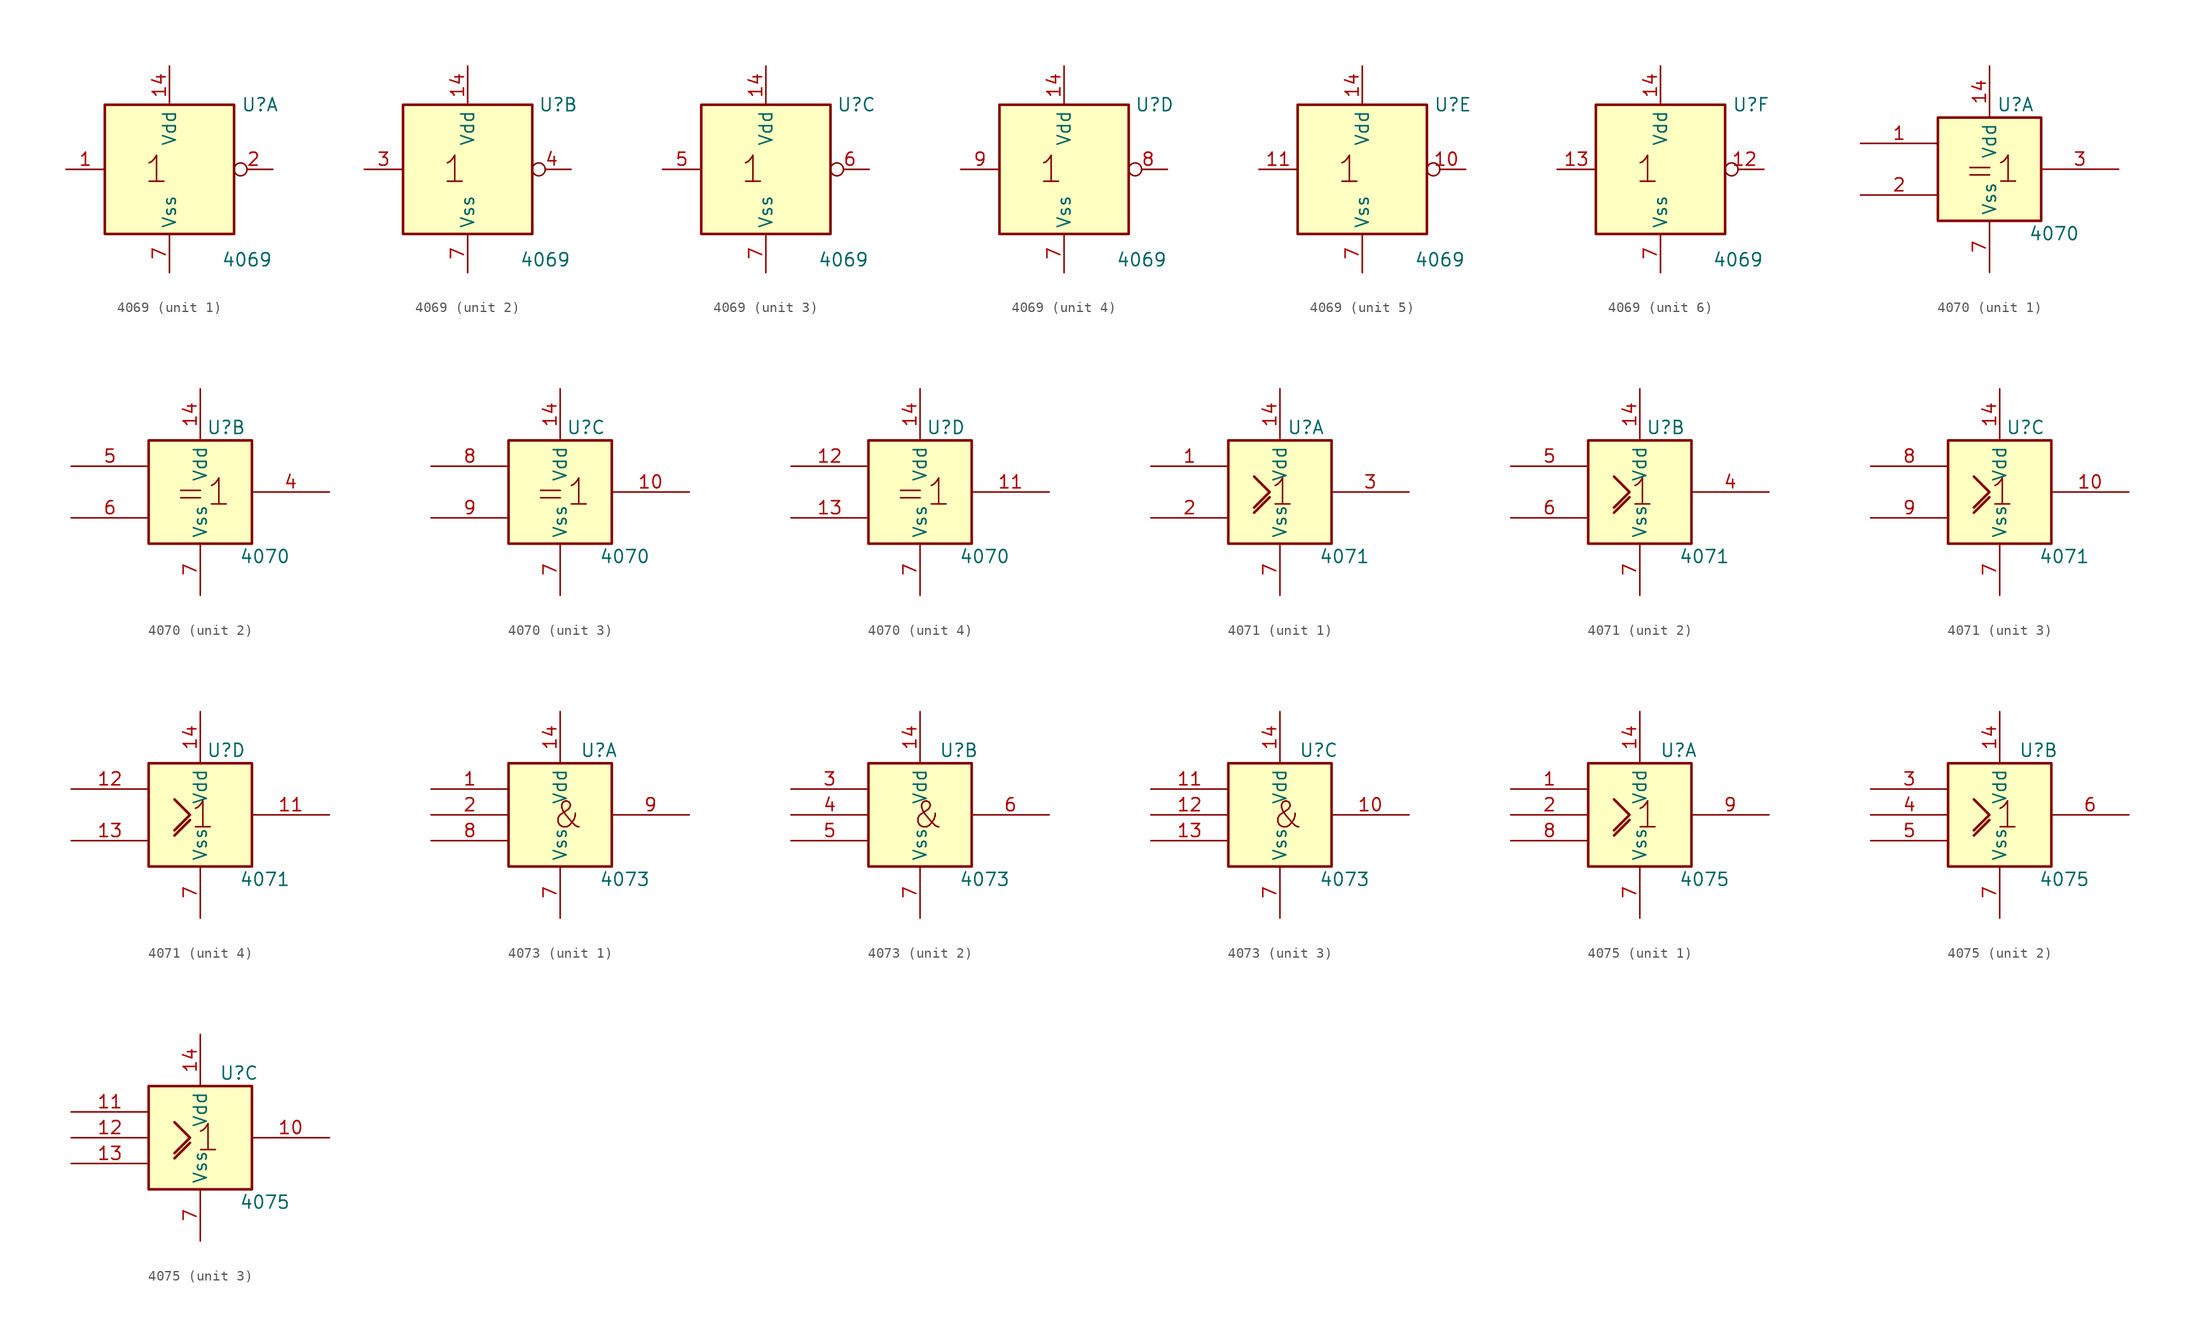
<source format=kicad_sym>
(kicad_symbol_lib
  (version 20241209)
  (generator "kicad_symbol_editor")
  (generator_version "9.0")
  (symbol "4069"
    (property "Reference" "U"
      (at 8.89 6.35 0)
      (effects (font (size 1.27 1.27))))
    (property "Value" "4069"
      (at 7.62 -8.89 0)
      (effects (font (size 1.27 1.27))))
    (symbol "4069_0_0"
      (text "1" (at -1.27 0 0) (effects (font (size 2.54 2.54))))
      (pin power_in line (at 0 10.16 270) (length 3.81) (name "Vdd" (effects (font (size 1.27 1.27)))) (number "14" (effects (font (size 1.27 1.27)))))
      (pin power_in line (at 0 -10.16 90) (length 3.81) (name "Vss" (effects (font (size 1.27 1.27)))) (number "7" (effects (font (size 1.27 1.27))))))
    (symbol "4069_0_1"
      (rectangle (start -6.35 6.35) (end 6.35 -6.35) (stroke (width 0.254) (type default)) (fill (type background))))
    (symbol "4069_1_1"
      (pin input line (at -10.16 0 0) (length 3.81) (name "~" (effects (font (size 1.27 1.27)))) (number "1" (effects (font (size 1.27 1.27)))))
      (pin output inverted (at 10.16 0 180) (length 3.81) (name "~" (effects (font (size 1.27 1.27)))) (number "2" (effects (font (size 1.27 1.27))))))
    (symbol "4069_2_1"
      (pin input line (at -10.16 0 0) (length 3.81) (name "~" (effects (font (size 1.27 1.27)))) (number "3" (effects (font (size 1.27 1.27)))))
      (pin output inverted (at 10.16 0 180) (length 3.81) (name "~" (effects (font (size 1.27 1.27)))) (number "4" (effects (font (size 1.27 1.27))))))
    (symbol "4069_3_1"
      (pin input line (at -10.16 0 0) (length 3.81) (name "~" (effects (font (size 1.27 1.27)))) (number "5" (effects (font (size 1.27 1.27)))))
      (pin output inverted (at 10.16 0 180) (length 3.81) (name "~" (effects (font (size 1.27 1.27)))) (number "6" (effects (font (size 1.27 1.27))))))
    (symbol "4069_4_1"
      (pin input line (at -10.16 0 0) (length 3.81) (name "~" (effects (font (size 1.27 1.27)))) (number "9" (effects (font (size 1.27 1.27)))))
      (pin output inverted (at 10.16 0 180) (length 3.81) (name "~" (effects (font (size 1.27 1.27)))) (number "8" (effects (font (size 1.27 1.27))))))
    (symbol "4069_5_1"
      (pin input line (at -10.16 0 0) (length 3.81) (name "~" (effects (font (size 1.27 1.27)))) (number "11" (effects (font (size 1.27 1.27)))))
      (pin output inverted (at 10.16 0 180) (length 3.81) (name "~" (effects (font (size 1.27 1.27)))) (number "10" (effects (font (size 1.27 1.27))))))
    (symbol "4069_6_1"
      (pin input line (at -10.16 0 0) (length 3.81) (name "~" (effects (font (size 1.27 1.27)))) (number "13" (effects (font (size 1.27 1.27)))))
      (pin output inverted (at 10.16 0 180) (length 3.81) (name "~" (effects (font (size 1.27 1.27)))) (number "12" (effects (font (size 1.27 1.27)))))))
  (symbol "4070"
    (property "Reference" "U"
      (at 2.54 6.35 0)
      (effects (font (size 1.27 1.27))))
    (property "Value" "4070"
      (at 6.35 -6.35 0)
      (effects (font (size 1.27 1.27))))
    (symbol "4070_0_0"
      (rectangle (start -5.08 5.08) (end 5.08 -5.08) (stroke (width 0.254) (type default)) (fill (type background)))
      (text "=1" (at 0.254 0 0) (effects (font (size 2.54 2.54))))
      (pin power_in line (at 0 10.16 270) (length 5.08) (name "Vdd" (effects (font (size 1.27 1.27)))) (number "14" (effects (font (size 1.27 1.27)))))
      (pin power_in line (at 0 -10.16 90) (length 5.08) (name "Vss" (effects (font (size 1.27 1.27)))) (number "7" (effects (font (size 1.27 1.27))))))
    (symbol "4070_1_1"
      (pin input line (at -12.7 2.54 0) (length 7.62) (name "~" (effects (font (size 1.27 1.27)))) (number "1" (effects (font (size 1.27 1.27)))))
      (pin input line (at -12.7 -2.54 0) (length 7.62) (name "~" (effects (font (size 1.27 1.27)))) (number "2" (effects (font (size 1.27 1.27)))))
      (pin output line (at 12.7 0 180) (length 7.62) (name "~" (effects (font (size 1.27 1.27)))) (number "3" (effects (font (size 1.27 1.27))))))
    (symbol "4070_2_1"
      (pin input line (at -12.7 2.54 0) (length 7.62) (name "~" (effects (font (size 1.27 1.27)))) (number "5" (effects (font (size 1.27 1.27)))))
      (pin input line (at -12.7 -2.54 0) (length 7.62) (name "~" (effects (font (size 1.27 1.27)))) (number "6" (effects (font (size 1.27 1.27)))))
      (pin output line (at 12.7 0 180) (length 7.62) (name "~" (effects (font (size 1.27 1.27)))) (number "4" (effects (font (size 1.27 1.27))))))
    (symbol "4070_3_1"
      (pin input line (at -12.7 2.54 0) (length 7.62) (name "~" (effects (font (size 1.27 1.27)))) (number "8" (effects (font (size 1.27 1.27)))))
      (pin input line (at -12.7 -2.54 0) (length 7.62) (name "~" (effects (font (size 1.27 1.27)))) (number "9" (effects (font (size 1.27 1.27)))))
      (pin output line (at 12.7 0 180) (length 7.62) (name "~" (effects (font (size 1.27 1.27)))) (number "10" (effects (font (size 1.27 1.27))))))
    (symbol "4070_4_1"
      (pin input line (at -12.7 2.54 0) (length 7.62) (name "~" (effects (font (size 1.27 1.27)))) (number "12" (effects (font (size 1.27 1.27)))))
      (pin input line (at -12.7 -2.54 0) (length 7.62) (name "~" (effects (font (size 1.27 1.27)))) (number "13" (effects (font (size 1.27 1.27)))))
      (pin output line (at 12.7 0 180) (length 7.62) (name "~" (effects (font (size 1.27 1.27)))) (number "11" (effects (font (size 1.27 1.27)))))))
  (symbol "4071"
    (property "Reference" "U"
      (at 2.54 6.35 0)
      (effects (font (size 1.27 1.27))))
    (property "Value" "4071"
      (at 6.35 -6.35 0)
      (effects (font (size 1.27 1.27))))
    (symbol "4071_0_0"
      (rectangle (start -5.08 5.08) (end 5.08 -5.08) (stroke (width 0.254) (type default)) (fill (type background)))
      (polyline (pts (xy -2.54 1.524) (xy -1.016 0) (xy -2.54 -1.524) (xy -2.54 -1.524)) (stroke (width 0.254) (type default)) (fill (type background)))
      (polyline (pts (xy -2.54 -2.032) (xy -1.016 -0.508) (xy -1.016 -0.508)) (stroke (width 0.254) (type default)) (fill (type background)))
      (text "1" (at 0.254 0 0) (effects (font (size 2.54 2.54))))
      (pin power_in line (at 0 10.16 270) (length 5.08) (name "Vdd" (effects (font (size 1.27 1.27)))) (number "14" (effects (font (size 1.27 1.27)))))
      (pin power_in line (at 0 -10.16 90) (length 5.08) (name "Vss" (effects (font (size 1.27 1.27)))) (number "7" (effects (font (size 1.27 1.27))))))
    (symbol "4071_1_1"
      (pin input line (at -12.7 2.54 0) (length 7.62) (name "~" (effects (font (size 1.27 1.27)))) (number "1" (effects (font (size 1.27 1.27)))))
      (pin input line (at -12.7 -2.54 0) (length 7.62) (name "~" (effects (font (size 1.27 1.27)))) (number "2" (effects (font (size 1.27 1.27)))))
      (pin output line (at 12.7 0 180) (length 7.62) (name "~" (effects (font (size 1.27 1.27)))) (number "3" (effects (font (size 1.27 1.27))))))
    (symbol "4071_2_1"
      (pin input line (at -12.7 2.54 0) (length 7.62) (name "~" (effects (font (size 1.27 1.27)))) (number "5" (effects (font (size 1.27 1.27)))))
      (pin input line (at -12.7 -2.54 0) (length 7.62) (name "~" (effects (font (size 1.27 1.27)))) (number "6" (effects (font (size 1.27 1.27)))))
      (pin output line (at 12.7 0 180) (length 7.62) (name "~" (effects (font (size 1.27 1.27)))) (number "4" (effects (font (size 1.27 1.27))))))
    (symbol "4071_3_1"
      (pin input line (at -12.7 2.54 0) (length 7.62) (name "~" (effects (font (size 1.27 1.27)))) (number "8" (effects (font (size 1.27 1.27)))))
      (pin input line (at -12.7 -2.54 0) (length 7.62) (name "~" (effects (font (size 1.27 1.27)))) (number "9" (effects (font (size 1.27 1.27)))))
      (pin output line (at 12.7 0 180) (length 7.62) (name "~" (effects (font (size 1.27 1.27)))) (number "10" (effects (font (size 1.27 1.27))))))
    (symbol "4071_4_1"
      (pin input line (at -12.7 2.54 0) (length 7.62) (name "~" (effects (font (size 1.27 1.27)))) (number "12" (effects (font (size 1.27 1.27)))))
      (pin input line (at -12.7 -2.54 0) (length 7.62) (name "~" (effects (font (size 1.27 1.27)))) (number "13" (effects (font (size 1.27 1.27)))))
      (pin output line (at 12.7 0 180) (length 7.62) (name "~" (effects (font (size 1.27 1.27)))) (number "11" (effects (font (size 1.27 1.27)))))))
  (symbol "4073"
    (property "Reference" "U"
      (at 3.81 6.35 0)
      (effects (font (size 1.27 1.27))))
    (property "Value" "4073"
      (at 6.35 -6.35 0)
      (effects (font (size 1.27 1.27))))
    (symbol "4073_0_0"
      (rectangle (start -5.08 5.08) (end 5.08 -5.08) (stroke (width 0.254) (type default)) (fill (type background)))
      (text "&" (at 0.762 0 0) (effects (font (size 2.54 2.54))))
      (pin power_in line (at 0 10.16 270) (length 5.08) (name "Vdd" (effects (font (size 1.27 1.27)))) (number "14" (effects (font (size 1.27 1.27)))))
      (pin power_in line (at 0 -10.16 90) (length 5.08) (name "Vss" (effects (font (size 1.27 1.27)))) (number "7" (effects (font (size 1.27 1.27))))))
    (symbol "4073_1_1"
      (pin input line (at -12.7 2.54 0) (length 7.62) (name "~" (effects (font (size 1.27 1.27)))) (number "1" (effects (font (size 1.27 1.27)))))
      (pin input line (at -12.7 0 0) (length 7.62) (name "~" (effects (font (size 1.27 1.27)))) (number "2" (effects (font (size 1.27 1.27)))))
      (pin input line (at -12.7 -2.54 0) (length 7.62) (name "~" (effects (font (size 1.27 1.27)))) (number "8" (effects (font (size 1.27 1.27)))))
      (pin output line (at 12.7 0 180) (length 7.62) (name "~" (effects (font (size 1.27 1.27)))) (number "9" (effects (font (size 1.27 1.27))))))
    (symbol "4073_2_1"
      (pin input line (at -12.7 2.54 0) (length 7.62) (name "~" (effects (font (size 1.27 1.27)))) (number "3" (effects (font (size 1.27 1.27)))))
      (pin input line (at -12.7 0 0) (length 7.62) (name "~" (effects (font (size 1.27 1.27)))) (number "4" (effects (font (size 1.27 1.27)))))
      (pin input line (at -12.7 -2.54 0) (length 7.62) (name "~" (effects (font (size 1.27 1.27)))) (number "5" (effects (font (size 1.27 1.27)))))
      (pin output line (at 12.7 0 180) (length 7.62) (name "~" (effects (font (size 1.27 1.27)))) (number "6" (effects (font (size 1.27 1.27))))))
    (symbol "4073_3_1"
      (pin input line (at -12.7 2.54 0) (length 7.62) (name "~" (effects (font (size 1.27 1.27)))) (number "11" (effects (font (size 1.27 1.27)))))
      (pin input line (at -12.7 0 0) (length 7.62) (name "~" (effects (font (size 1.27 1.27)))) (number "12" (effects (font (size 1.27 1.27)))))
      (pin input line (at -12.7 -2.54 0) (length 7.62) (name "~" (effects (font (size 1.27 1.27)))) (number "13" (effects (font (size 1.27 1.27)))))
      (pin output line (at 12.7 0 180) (length 7.62) (name "~" (effects (font (size 1.27 1.27)))) (number "10" (effects (font (size 1.27 1.27)))))))
  (symbol "4075"
    (property "Reference" "U"
      (at 3.81 6.35 0)
      (effects (font (size 1.27 1.27))))
    (property "Value" "4075"
      (at 6.35 -6.35 0)
      (effects (font (size 1.27 1.27))))
    (symbol "4075_0_0"
      (rectangle (start -5.08 5.08) (end 5.08 -5.08) (stroke (width 0.254) (type default)) (fill (type background)))
      (polyline (pts (xy -2.54 1.524) (xy -1.016 0) (xy -2.54 -1.524) (xy -2.54 -1.524)) (stroke (width 0.254) (type default)) (fill (type background)))
      (polyline (pts (xy -2.54 -2.032) (xy -1.016 -0.508) (xy -1.016 -0.508)) (stroke (width 0.254) (type default)) (fill (type background)))
      (text "1" (at 0.762 0 0) (effects (font (size 2.54 2.54))))
      (pin power_in line (at 0 10.16 270) (length 5.08) (name "Vdd" (effects (font (size 1.27 1.27)))) (number "14" (effects (font (size 1.27 1.27)))))
      (pin power_in line (at 0 -10.16 90) (length 5.08) (name "Vss" (effects (font (size 1.27 1.27)))) (number "7" (effects (font (size 1.27 1.27))))))
    (symbol "4075_1_1"
      (pin input line (at -12.7 2.54 0) (length 7.62) (name "~" (effects (font (size 1.27 1.27)))) (number "1" (effects (font (size 1.27 1.27)))))
      (pin input line (at -12.7 0 0) (length 7.62) (name "~" (effects (font (size 1.27 1.27)))) (number "2" (effects (font (size 1.27 1.27)))))
      (pin input line (at -12.7 -2.54 0) (length 7.62) (name "~" (effects (font (size 1.27 1.27)))) (number "8" (effects (font (size 1.27 1.27)))))
      (pin output line (at 12.7 0 180) (length 7.62) (name "~" (effects (font (size 1.27 1.27)))) (number "9" (effects (font (size 1.27 1.27))))))
    (symbol "4075_2_1"
      (pin input line (at -12.7 2.54 0) (length 7.62) (name "~" (effects (font (size 1.27 1.27)))) (number "3" (effects (font (size 1.27 1.27)))))
      (pin input line (at -12.7 0 0) (length 7.62) (name "~" (effects (font (size 1.27 1.27)))) (number "4" (effects (font (size 1.27 1.27)))))
      (pin input line (at -12.7 -2.54 0) (length 7.62) (name "~" (effects (font (size 1.27 1.27)))) (number "5" (effects (font (size 1.27 1.27)))))
      (pin output line (at 12.7 0 180) (length 7.62) (name "~" (effects (font (size 1.27 1.27)))) (number "6" (effects (font (size 1.27 1.27))))))
    (symbol "4075_3_1"
      (pin input line (at -12.7 2.54 0) (length 7.62) (name "~" (effects (font (size 1.27 1.27)))) (number "11" (effects (font (size 1.27 1.27)))))
      (pin input line (at -12.7 0 0) (length 7.62) (name "~" (effects (font (size 1.27 1.27)))) (number "12" (effects (font (size 1.27 1.27)))))
      (pin input line (at -12.7 -2.54 0) (length 7.62) (name "~" (effects (font (size 1.27 1.27)))) (number "13" (effects (font (size 1.27 1.27)))))
      (pin output line (at 12.7 0 180) (length 7.62) (name "~" (effects (font (size 1.27 1.27)))) (number "10" (effects (font (size 1.27 1.27))))))))
</source>
